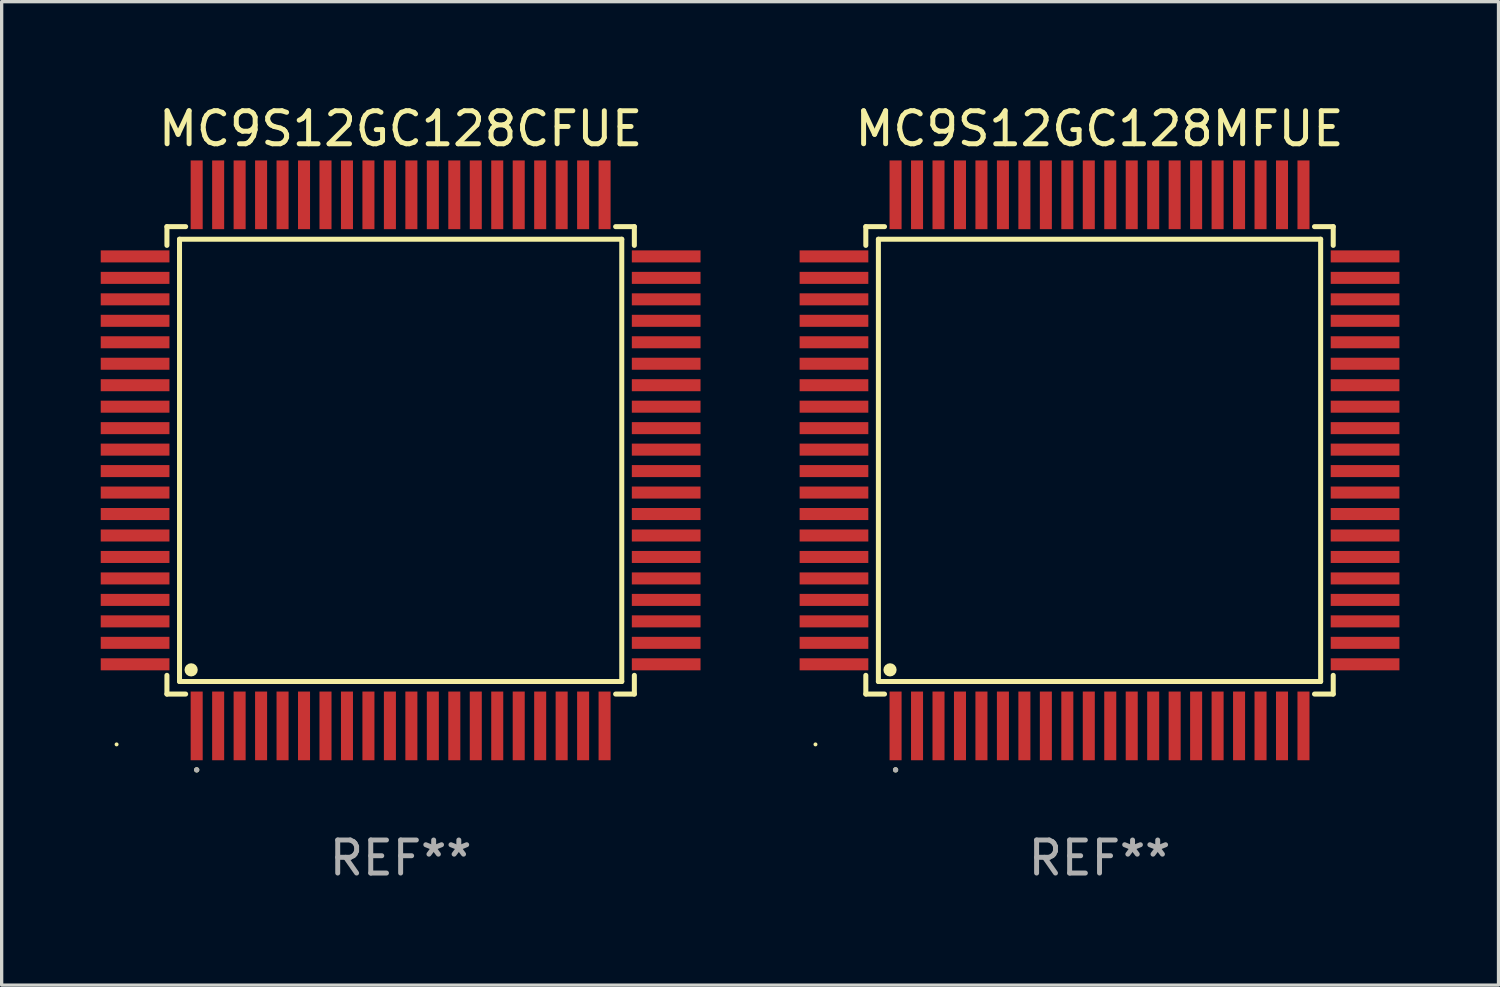
<source format=kicad_pcb>
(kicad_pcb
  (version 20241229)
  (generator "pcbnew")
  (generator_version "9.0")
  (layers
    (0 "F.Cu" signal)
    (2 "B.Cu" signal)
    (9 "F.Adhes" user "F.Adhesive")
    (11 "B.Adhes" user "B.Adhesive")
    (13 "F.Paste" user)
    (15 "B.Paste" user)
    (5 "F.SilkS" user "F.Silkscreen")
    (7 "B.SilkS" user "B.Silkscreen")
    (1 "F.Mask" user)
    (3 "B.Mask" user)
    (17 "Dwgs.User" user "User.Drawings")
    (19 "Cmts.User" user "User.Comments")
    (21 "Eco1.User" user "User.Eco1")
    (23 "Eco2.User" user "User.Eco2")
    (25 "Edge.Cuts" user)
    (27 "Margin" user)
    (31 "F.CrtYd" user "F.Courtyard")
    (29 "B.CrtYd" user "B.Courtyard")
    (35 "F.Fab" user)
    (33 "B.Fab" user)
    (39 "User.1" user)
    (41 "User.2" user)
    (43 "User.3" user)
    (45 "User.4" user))
  (footprint "MC9S12GC128MFUE"
    (layer "F.Cu")
    (at 30.24 10.888)
    (property "Reference" "MC9S12GC128MFUE" (at 0 -10.04 0) (layer "F.SilkS") (effects (font (size 1 1) (thickness 0.15))))
    (attr through_hole)
    (fp_line (start -7.076 -7.076) (end -7.076 -6.509) (stroke (width 0.152) (type solid)) (layer "F.SilkS"))
    (fp_line (start -7.076 7.076) (end -7.076 6.509) (stroke (width 0.152) (type solid)) (layer "F.SilkS"))
    (fp_line (start -6.695 -6.695) (end 6.695 -6.695) (stroke (width 0.152) (type solid)) (layer "F.SilkS"))
    (fp_line (start -6.695 6.695) (end -6.695 -6.695) (stroke (width 0.152) (type solid)) (layer "F.SilkS"))
    (fp_line (start -6.509 -7.076) (end -7.076 -7.076) (stroke (width 0.152) (type solid)) (layer "F.SilkS"))
    (fp_line (start -6.509 7.076) (end -7.076 7.076) (stroke (width 0.152) (type solid)) (layer "F.SilkS"))
    (fp_line (start 6.509 -7.076) (end 7.076 -7.076) (stroke (width 0.152) (type solid)) (layer "F.SilkS"))
    (fp_line (start 6.509 7.076) (end 7.076 7.076) (stroke (width 0.152) (type solid)) (layer "F.SilkS"))
    (fp_line (start 6.695 -6.695) (end 6.695 6.695) (stroke (width 0.152) (type solid)) (layer "F.SilkS"))
    (fp_line (start 6.695 6.695) (end -6.695 6.695) (stroke (width 0.152) (type solid)) (layer "F.SilkS"))
    (fp_line (start 7.076 -7.076) (end 7.076 -6.509) (stroke (width 0.152) (type solid)) (layer "F.SilkS"))
    (fp_line (start 7.076 7.076) (end 7.076 6.509) (stroke (width 0.152) (type solid)) (layer "F.SilkS"))
    (fp_circle (center -8.6 8.6) (end -8.57 8.6) (stroke (width 0.06) (type solid)) (fill no) (layer "F.SilkS"))
    (fp_circle (center -6.343 6.343) (end -6.243 6.343) (stroke (width 0.2) (type solid)) (fill no) (layer "F.SilkS"))
    (fp_circle (center -6.175 9.371) (end -6.135 9.371) (stroke (width 0.08) (type solid)) (fill no) (layer "F.SilkS"))
    (fp_circle (center -6.175 9.371) (end -6.135 9.371) (stroke (width 0.08) (type solid)) (fill no) (layer "F.Fab"))
    (fp_text user "REF**" (at 0 12.04 0) (layer "F.Fab") (effects (font (size 1 1) (thickness 0.15))))
    (pad "1" smd rect (at -6.175 8.04) (size 0.364 2.08) (layers "F.Cu" "F.Mask" "F.Paste"))
    (pad "2" smd rect (at -5.525 8.04) (size 0.364 2.08) (layers "F.Cu" "F.Mask" "F.Paste"))
    (pad "3" smd rect (at -4.875 8.04) (size 0.364 2.08) (layers "F.Cu" "F.Mask" "F.Paste"))
    (pad "4" smd rect (at -4.225 8.04) (size 0.364 2.08) (layers "F.Cu" "F.Mask" "F.Paste"))
    (pad "5" smd rect (at -3.575 8.04) (size 0.364 2.08) (layers "F.Cu" "F.Mask" "F.Paste"))
    (pad "6" smd rect (at -2.925 8.04) (size 0.364 2.08) (layers "F.Cu" "F.Mask" "F.Paste"))
    (pad "7" smd rect (at -2.275 8.04) (size 0.364 2.08) (layers "F.Cu" "F.Mask" "F.Paste"))
    (pad "8" smd rect (at -1.625 8.04) (size 0.364 2.08) (layers "F.Cu" "F.Mask" "F.Paste"))
    (pad "9" smd rect (at -0.975 8.04) (size 0.364 2.08) (layers "F.Cu" "F.Mask" "F.Paste"))
    (pad "10" smd rect (at -0.325 8.04) (size 0.364 2.08) (layers "F.Cu" "F.Mask" "F.Paste"))
    (pad "11" smd rect (at 0.325 8.04) (size 0.364 2.08) (layers "F.Cu" "F.Mask" "F.Paste"))
    (pad "12" smd rect (at 0.975 8.04) (size 0.364 2.08) (layers "F.Cu" "F.Mask" "F.Paste"))
    (pad "13" smd rect (at 1.625 8.04) (size 0.364 2.08) (layers "F.Cu" "F.Mask" "F.Paste"))
    (pad "14" smd rect (at 2.275 8.04) (size 0.364 2.08) (layers "F.Cu" "F.Mask" "F.Paste"))
    (pad "15" smd rect (at 2.925 8.04) (size 0.364 2.08) (layers "F.Cu" "F.Mask" "F.Paste"))
    (pad "16" smd rect (at 3.575 8.04) (size 0.364 2.08) (layers "F.Cu" "F.Mask" "F.Paste"))
    (pad "17" smd rect (at 4.225 8.04) (size 0.364 2.08) (layers "F.Cu" "F.Mask" "F.Paste"))
    (pad "18" smd rect (at 4.875 8.04) (size 0.364 2.08) (layers "F.Cu" "F.Mask" "F.Paste"))
    (pad "19" smd rect (at 5.525 8.04) (size 0.364 2.08) (layers "F.Cu" "F.Mask" "F.Paste"))
    (pad "20" smd rect (at 6.175 8.04) (size 0.364 2.08) (layers "F.Cu" "F.Mask" "F.Paste"))
    (pad "21" smd rect (at 8.04 6.175) (size 2.08 0.364) (layers "F.Cu" "F.Mask" "F.Paste"))
    (pad "22" smd rect (at 8.04 5.525) (size 2.08 0.364) (layers "F.Cu" "F.Mask" "F.Paste"))
    (pad "23" smd rect (at 8.04 4.875) (size 2.08 0.364) (layers "F.Cu" "F.Mask" "F.Paste"))
    (pad "24" smd rect (at 8.04 4.225) (size 2.08 0.364) (layers "F.Cu" "F.Mask" "F.Paste"))
    (pad "25" smd rect (at 8.04 3.575) (size 2.08 0.364) (layers "F.Cu" "F.Mask" "F.Paste"))
    (pad "26" smd rect (at 8.04 2.925) (size 2.08 0.364) (layers "F.Cu" "F.Mask" "F.Paste"))
    (pad "27" smd rect (at 8.04 2.275) (size 2.08 0.364) (layers "F.Cu" "F.Mask" "F.Paste"))
    (pad "28" smd rect (at 8.04 1.625) (size 2.08 0.364) (layers "F.Cu" "F.Mask" "F.Paste"))
    (pad "29" smd rect (at 8.04 0.975) (size 2.08 0.364) (layers "F.Cu" "F.Mask" "F.Paste"))
    (pad "30" smd rect (at 8.04 0.325) (size 2.08 0.364) (layers "F.Cu" "F.Mask" "F.Paste"))
    (pad "31" smd rect (at 8.04 -0.325) (size 2.08 0.364) (layers "F.Cu" "F.Mask" "F.Paste"))
    (pad "32" smd rect (at 8.04 -0.975) (size 2.08 0.364) (layers "F.Cu" "F.Mask" "F.Paste"))
    (pad "33" smd rect (at 8.04 -1.625) (size 2.08 0.364) (layers "F.Cu" "F.Mask" "F.Paste"))
    (pad "34" smd rect (at 8.04 -2.275) (size 2.08 0.364) (layers "F.Cu" "F.Mask" "F.Paste"))
    (pad "35" smd rect (at 8.04 -2.925) (size 2.08 0.364) (layers "F.Cu" "F.Mask" "F.Paste"))
    (pad "36" smd rect (at 8.04 -3.575) (size 2.08 0.364) (layers "F.Cu" "F.Mask" "F.Paste"))
    (pad "37" smd rect (at 8.04 -4.225) (size 2.08 0.364) (layers "F.Cu" "F.Mask" "F.Paste"))
    (pad "38" smd rect (at 8.04 -4.875) (size 2.08 0.364) (layers "F.Cu" "F.Mask" "F.Paste"))
    (pad "39" smd rect (at 8.04 -5.525) (size 2.08 0.364) (layers "F.Cu" "F.Mask" "F.Paste"))
    (pad "40" smd rect (at 8.04 -6.175) (size 2.08 0.364) (layers "F.Cu" "F.Mask" "F.Paste"))
    (pad "41" smd rect (at 6.175 -8.04) (size 0.364 2.08) (layers "F.Cu" "F.Mask" "F.Paste"))
    (pad "42" smd rect (at 5.525 -8.04) (size 0.364 2.08) (layers "F.Cu" "F.Mask" "F.Paste"))
    (pad "43" smd rect (at 4.875 -8.04) (size 0.364 2.08) (layers "F.Cu" "F.Mask" "F.Paste"))
    (pad "44" smd rect (at 4.225 -8.04) (size 0.364 2.08) (layers "F.Cu" "F.Mask" "F.Paste"))
    (pad "45" smd rect (at 3.575 -8.04) (size 0.364 2.08) (layers "F.Cu" "F.Mask" "F.Paste"))
    (pad "46" smd rect (at 2.925 -8.04) (size 0.364 2.08) (layers "F.Cu" "F.Mask" "F.Paste"))
    (pad "47" smd rect (at 2.275 -8.04) (size 0.364 2.08) (layers "F.Cu" "F.Mask" "F.Paste"))
    (pad "48" smd rect (at 1.625 -8.04) (size 0.364 2.08) (layers "F.Cu" "F.Mask" "F.Paste"))
    (pad "49" smd rect (at 0.975 -8.04) (size 0.364 2.08) (layers "F.Cu" "F.Mask" "F.Paste"))
    (pad "50" smd rect (at 0.325 -8.04) (size 0.364 2.08) (layers "F.Cu" "F.Mask" "F.Paste"))
    (pad "51" smd rect (at -0.325 -8.04) (size 0.364 2.08) (layers "F.Cu" "F.Mask" "F.Paste"))
    (pad "52" smd rect (at -0.975 -8.04) (size 0.364 2.08) (layers "F.Cu" "F.Mask" "F.Paste"))
    (pad "53" smd rect (at -1.625 -8.04) (size 0.364 2.08) (layers "F.Cu" "F.Mask" "F.Paste"))
    (pad "54" smd rect (at -2.275 -8.04) (size 0.364 2.08) (layers "F.Cu" "F.Mask" "F.Paste"))
    (pad "55" smd rect (at -2.925 -8.04) (size 0.364 2.08) (layers "F.Cu" "F.Mask" "F.Paste"))
    (pad "56" smd rect (at -3.575 -8.04) (size 0.364 2.08) (layers "F.Cu" "F.Mask" "F.Paste"))
    (pad "57" smd rect (at -4.225 -8.04) (size 0.364 2.08) (layers "F.Cu" "F.Mask" "F.Paste"))
    (pad "58" smd rect (at -4.875 -8.04) (size 0.364 2.08) (layers "F.Cu" "F.Mask" "F.Paste"))
    (pad "59" smd rect (at -5.525 -8.04) (size 0.364 2.08) (layers "F.Cu" "F.Mask" "F.Paste"))
    (pad "60" smd rect (at -6.175 -8.04) (size 0.364 2.08) (layers "F.Cu" "F.Mask" "F.Paste"))
    (pad "61" smd rect (at -8.04 -6.175) (size 2.08 0.364) (layers "F.Cu" "F.Mask" "F.Paste"))
    (pad "62" smd rect (at -8.04 -5.525) (size 2.08 0.364) (layers "F.Cu" "F.Mask" "F.Paste"))
    (pad "63" smd rect (at -8.04 -4.875) (size 2.08 0.364) (layers "F.Cu" "F.Mask" "F.Paste"))
    (pad "64" smd rect (at -8.04 -4.225) (size 2.08 0.364) (layers "F.Cu" "F.Mask" "F.Paste"))
    (pad "65" smd rect (at -8.04 -3.575) (size 2.08 0.364) (layers "F.Cu" "F.Mask" "F.Paste"))
    (pad "66" smd rect (at -8.04 -2.925) (size 2.08 0.364) (layers "F.Cu" "F.Mask" "F.Paste"))
    (pad "67" smd rect (at -8.04 -2.275) (size 2.08 0.364) (layers "F.Cu" "F.Mask" "F.Paste"))
    (pad "68" smd rect (at -8.04 -1.625) (size 2.08 0.364) (layers "F.Cu" "F.Mask" "F.Paste"))
    (pad "69" smd rect (at -8.04 -0.975) (size 2.08 0.364) (layers "F.Cu" "F.Mask" "F.Paste"))
    (pad "70" smd rect (at -8.04 -0.325) (size 2.08 0.364) (layers "F.Cu" "F.Mask" "F.Paste"))
    (pad "71" smd rect (at -8.04 0.325) (size 2.08 0.364) (layers "F.Cu" "F.Mask" "F.Paste"))
    (pad "72" smd rect (at -8.04 0.975) (size 2.08 0.364) (layers "F.Cu" "F.Mask" "F.Paste"))
    (pad "73" smd rect (at -8.04 1.625) (size 2.08 0.364) (layers "F.Cu" "F.Mask" "F.Paste"))
    (pad "74" smd rect (at -8.04 2.275) (size 2.08 0.364) (layers "F.Cu" "F.Mask" "F.Paste"))
    (pad "75" smd rect (at -8.04 2.925) (size 2.08 0.364) (layers "F.Cu" "F.Mask" "F.Paste"))
    (pad "76" smd rect (at -8.04 3.575) (size 2.08 0.364) (layers "F.Cu" "F.Mask" "F.Paste"))
    (pad "77" smd rect (at -8.04 4.225) (size 2.08 0.364) (layers "F.Cu" "F.Mask" "F.Paste"))
    (pad "78" smd rect (at -8.04 4.875) (size 2.08 0.364) (layers "F.Cu" "F.Mask" "F.Paste"))
    (pad "79" smd rect (at -8.04 5.525) (size 2.08 0.364) (layers "F.Cu" "F.Mask" "F.Paste"))
    (pad "80" smd rect (at -8.04 6.175) (size 2.08 0.364) (layers "F.Cu" "F.Mask" "F.Paste")))
  (footprint "MC9S12GC128CFUE"
    (layer "F.Cu")
    (at 9.08 10.888)
    (property "Reference" "MC9S12GC128CFUE" (at 0 -10.04 0) (layer "F.SilkS") (effects (font (size 1 1) (thickness 0.15))))
    (attr through_hole)
    (fp_line (start -7.076 -7.076) (end -7.076 -6.509) (stroke (width 0.152) (type solid)) (layer "F.SilkS"))
    (fp_line (start -7.076 7.076) (end -7.076 6.509) (stroke (width 0.152) (type solid)) (layer "F.SilkS"))
    (fp_line (start -6.695 -6.695) (end 6.695 -6.695) (stroke (width 0.152) (type solid)) (layer "F.SilkS"))
    (fp_line (start -6.695 6.695) (end -6.695 -6.695) (stroke (width 0.152) (type solid)) (layer "F.SilkS"))
    (fp_line (start -6.509 -7.076) (end -7.076 -7.076) (stroke (width 0.152) (type solid)) (layer "F.SilkS"))
    (fp_line (start -6.509 7.076) (end -7.076 7.076) (stroke (width 0.152) (type solid)) (layer "F.SilkS"))
    (fp_line (start 6.509 -7.076) (end 7.076 -7.076) (stroke (width 0.152) (type solid)) (layer "F.SilkS"))
    (fp_line (start 6.509 7.076) (end 7.076 7.076) (stroke (width 0.152) (type solid)) (layer "F.SilkS"))
    (fp_line (start 6.695 -6.695) (end 6.695 6.695) (stroke (width 0.152) (type solid)) (layer "F.SilkS"))
    (fp_line (start 6.695 6.695) (end -6.695 6.695) (stroke (width 0.152) (type solid)) (layer "F.SilkS"))
    (fp_line (start 7.076 -7.076) (end 7.076 -6.509) (stroke (width 0.152) (type solid)) (layer "F.SilkS"))
    (fp_line (start 7.076 7.076) (end 7.076 6.509) (stroke (width 0.152) (type solid)) (layer "F.SilkS"))
    (fp_circle (center -8.6 8.6) (end -8.57 8.6) (stroke (width 0.06) (type solid)) (fill no) (layer "F.SilkS"))
    (fp_circle (center -6.343 6.343) (end -6.243 6.343) (stroke (width 0.2) (type solid)) (fill no) (layer "F.SilkS"))
    (fp_circle (center -6.175 9.371) (end -6.135 9.371) (stroke (width 0.08) (type solid)) (fill no) (layer "F.SilkS"))
    (fp_circle (center -6.175 9.371) (end -6.135 9.371) (stroke (width 0.08) (type solid)) (fill no) (layer "F.Fab"))
    (fp_text user "REF**" (at 0 12.04 0) (layer "F.Fab") (effects (font (size 1 1) (thickness 0.15))))
    (pad "1" smd rect (at -6.175 8.04) (size 0.364 2.08) (layers "F.Cu" "F.Mask" "F.Paste"))
    (pad "2" smd rect (at -5.525 8.04) (size 0.364 2.08) (layers "F.Cu" "F.Mask" "F.Paste"))
    (pad "3" smd rect (at -4.875 8.04) (size 0.364 2.08) (layers "F.Cu" "F.Mask" "F.Paste"))
    (pad "4" smd rect (at -4.225 8.04) (size 0.364 2.08) (layers "F.Cu" "F.Mask" "F.Paste"))
    (pad "5" smd rect (at -3.575 8.04) (size 0.364 2.08) (layers "F.Cu" "F.Mask" "F.Paste"))
    (pad "6" smd rect (at -2.925 8.04) (size 0.364 2.08) (layers "F.Cu" "F.Mask" "F.Paste"))
    (pad "7" smd rect (at -2.275 8.04) (size 0.364 2.08) (layers "F.Cu" "F.Mask" "F.Paste"))
    (pad "8" smd rect (at -1.625 8.04) (size 0.364 2.08) (layers "F.Cu" "F.Mask" "F.Paste"))
    (pad "9" smd rect (at -0.975 8.04) (size 0.364 2.08) (layers "F.Cu" "F.Mask" "F.Paste"))
    (pad "10" smd rect (at -0.325 8.04) (size 0.364 2.08) (layers "F.Cu" "F.Mask" "F.Paste"))
    (pad "11" smd rect (at 0.325 8.04) (size 0.364 2.08) (layers "F.Cu" "F.Mask" "F.Paste"))
    (pad "12" smd rect (at 0.975 8.04) (size 0.364 2.08) (layers "F.Cu" "F.Mask" "F.Paste"))
    (pad "13" smd rect (at 1.625 8.04) (size 0.364 2.08) (layers "F.Cu" "F.Mask" "F.Paste"))
    (pad "14" smd rect (at 2.275 8.04) (size 0.364 2.08) (layers "F.Cu" "F.Mask" "F.Paste"))
    (pad "15" smd rect (at 2.925 8.04) (size 0.364 2.08) (layers "F.Cu" "F.Mask" "F.Paste"))
    (pad "16" smd rect (at 3.575 8.04) (size 0.364 2.08) (layers "F.Cu" "F.Mask" "F.Paste"))
    (pad "17" smd rect (at 4.225 8.04) (size 0.364 2.08) (layers "F.Cu" "F.Mask" "F.Paste"))
    (pad "18" smd rect (at 4.875 8.04) (size 0.364 2.08) (layers "F.Cu" "F.Mask" "F.Paste"))
    (pad "19" smd rect (at 5.525 8.04) (size 0.364 2.08) (layers "F.Cu" "F.Mask" "F.Paste"))
    (pad "20" smd rect (at 6.175 8.04) (size 0.364 2.08) (layers "F.Cu" "F.Mask" "F.Paste"))
    (pad "21" smd rect (at 8.04 6.175) (size 2.08 0.364) (layers "F.Cu" "F.Mask" "F.Paste"))
    (pad "22" smd rect (at 8.04 5.525) (size 2.08 0.364) (layers "F.Cu" "F.Mask" "F.Paste"))
    (pad "23" smd rect (at 8.04 4.875) (size 2.08 0.364) (layers "F.Cu" "F.Mask" "F.Paste"))
    (pad "24" smd rect (at 8.04 4.225) (size 2.08 0.364) (layers "F.Cu" "F.Mask" "F.Paste"))
    (pad "25" smd rect (at 8.04 3.575) (size 2.08 0.364) (layers "F.Cu" "F.Mask" "F.Paste"))
    (pad "26" smd rect (at 8.04 2.925) (size 2.08 0.364) (layers "F.Cu" "F.Mask" "F.Paste"))
    (pad "27" smd rect (at 8.04 2.275) (size 2.08 0.364) (layers "F.Cu" "F.Mask" "F.Paste"))
    (pad "28" smd rect (at 8.04 1.625) (size 2.08 0.364) (layers "F.Cu" "F.Mask" "F.Paste"))
    (pad "29" smd rect (at 8.04 0.975) (size 2.08 0.364) (layers "F.Cu" "F.Mask" "F.Paste"))
    (pad "30" smd rect (at 8.04 0.325) (size 2.08 0.364) (layers "F.Cu" "F.Mask" "F.Paste"))
    (pad "31" smd rect (at 8.04 -0.325) (size 2.08 0.364) (layers "F.Cu" "F.Mask" "F.Paste"))
    (pad "32" smd rect (at 8.04 -0.975) (size 2.08 0.364) (layers "F.Cu" "F.Mask" "F.Paste"))
    (pad "33" smd rect (at 8.04 -1.625) (size 2.08 0.364) (layers "F.Cu" "F.Mask" "F.Paste"))
    (pad "34" smd rect (at 8.04 -2.275) (size 2.08 0.364) (layers "F.Cu" "F.Mask" "F.Paste"))
    (pad "35" smd rect (at 8.04 -2.925) (size 2.08 0.364) (layers "F.Cu" "F.Mask" "F.Paste"))
    (pad "36" smd rect (at 8.04 -3.575) (size 2.08 0.364) (layers "F.Cu" "F.Mask" "F.Paste"))
    (pad "37" smd rect (at 8.04 -4.225) (size 2.08 0.364) (layers "F.Cu" "F.Mask" "F.Paste"))
    (pad "38" smd rect (at 8.04 -4.875) (size 2.08 0.364) (layers "F.Cu" "F.Mask" "F.Paste"))
    (pad "39" smd rect (at 8.04 -5.525) (size 2.08 0.364) (layers "F.Cu" "F.Mask" "F.Paste"))
    (pad "40" smd rect (at 8.04 -6.175) (size 2.08 0.364) (layers "F.Cu" "F.Mask" "F.Paste"))
    (pad "41" smd rect (at 6.175 -8.04) (size 0.364 2.08) (layers "F.Cu" "F.Mask" "F.Paste"))
    (pad "42" smd rect (at 5.525 -8.04) (size 0.364 2.08) (layers "F.Cu" "F.Mask" "F.Paste"))
    (pad "43" smd rect (at 4.875 -8.04) (size 0.364 2.08) (layers "F.Cu" "F.Mask" "F.Paste"))
    (pad "44" smd rect (at 4.225 -8.04) (size 0.364 2.08) (layers "F.Cu" "F.Mask" "F.Paste"))
    (pad "45" smd rect (at 3.575 -8.04) (size 0.364 2.08) (layers "F.Cu" "F.Mask" "F.Paste"))
    (pad "46" smd rect (at 2.925 -8.04) (size 0.364 2.08) (layers "F.Cu" "F.Mask" "F.Paste"))
    (pad "47" smd rect (at 2.275 -8.04) (size 0.364 2.08) (layers "F.Cu" "F.Mask" "F.Paste"))
    (pad "48" smd rect (at 1.625 -8.04) (size 0.364 2.08) (layers "F.Cu" "F.Mask" "F.Paste"))
    (pad "49" smd rect (at 0.975 -8.04) (size 0.364 2.08) (layers "F.Cu" "F.Mask" "F.Paste"))
    (pad "50" smd rect (at 0.325 -8.04) (size 0.364 2.08) (layers "F.Cu" "F.Mask" "F.Paste"))
    (pad "51" smd rect (at -0.325 -8.04) (size 0.364 2.08) (layers "F.Cu" "F.Mask" "F.Paste"))
    (pad "52" smd rect (at -0.975 -8.04) (size 0.364 2.08) (layers "F.Cu" "F.Mask" "F.Paste"))
    (pad "53" smd rect (at -1.625 -8.04) (size 0.364 2.08) (layers "F.Cu" "F.Mask" "F.Paste"))
    (pad "54" smd rect (at -2.275 -8.04) (size 0.364 2.08) (layers "F.Cu" "F.Mask" "F.Paste"))
    (pad "55" smd rect (at -2.925 -8.04) (size 0.364 2.08) (layers "F.Cu" "F.Mask" "F.Paste"))
    (pad "56" smd rect (at -3.575 -8.04) (size 0.364 2.08) (layers "F.Cu" "F.Mask" "F.Paste"))
    (pad "57" smd rect (at -4.225 -8.04) (size 0.364 2.08) (layers "F.Cu" "F.Mask" "F.Paste"))
    (pad "58" smd rect (at -4.875 -8.04) (size 0.364 2.08) (layers "F.Cu" "F.Mask" "F.Paste"))
    (pad "59" smd rect (at -5.525 -8.04) (size 0.364 2.08) (layers "F.Cu" "F.Mask" "F.Paste"))
    (pad "60" smd rect (at -6.175 -8.04) (size 0.364 2.08) (layers "F.Cu" "F.Mask" "F.Paste"))
    (pad "61" smd rect (at -8.04 -6.175) (size 2.08 0.364) (layers "F.Cu" "F.Mask" "F.Paste"))
    (pad "62" smd rect (at -8.04 -5.525) (size 2.08 0.364) (layers "F.Cu" "F.Mask" "F.Paste"))
    (pad "63" smd rect (at -8.04 -4.875) (size 2.08 0.364) (layers "F.Cu" "F.Mask" "F.Paste"))
    (pad "64" smd rect (at -8.04 -4.225) (size 2.08 0.364) (layers "F.Cu" "F.Mask" "F.Paste"))
    (pad "65" smd rect (at -8.04 -3.575) (size 2.08 0.364) (layers "F.Cu" "F.Mask" "F.Paste"))
    (pad "66" smd rect (at -8.04 -2.925) (size 2.08 0.364) (layers "F.Cu" "F.Mask" "F.Paste"))
    (pad "67" smd rect (at -8.04 -2.275) (size 2.08 0.364) (layers "F.Cu" "F.Mask" "F.Paste"))
    (pad "68" smd rect (at -8.04 -1.625) (size 2.08 0.364) (layers "F.Cu" "F.Mask" "F.Paste"))
    (pad "69" smd rect (at -8.04 -0.975) (size 2.08 0.364) (layers "F.Cu" "F.Mask" "F.Paste"))
    (pad "70" smd rect (at -8.04 -0.325) (size 2.08 0.364) (layers "F.Cu" "F.Mask" "F.Paste"))
    (pad "71" smd rect (at -8.04 0.325) (size 2.08 0.364) (layers "F.Cu" "F.Mask" "F.Paste"))
    (pad "72" smd rect (at -8.04 0.975) (size 2.08 0.364) (layers "F.Cu" "F.Mask" "F.Paste"))
    (pad "73" smd rect (at -8.04 1.625) (size 2.08 0.364) (layers "F.Cu" "F.Mask" "F.Paste"))
    (pad "74" smd rect (at -8.04 2.275) (size 2.08 0.364) (layers "F.Cu" "F.Mask" "F.Paste"))
    (pad "75" smd rect (at -8.04 2.925) (size 2.08 0.364) (layers "F.Cu" "F.Mask" "F.Paste"))
    (pad "76" smd rect (at -8.04 3.575) (size 2.08 0.364) (layers "F.Cu" "F.Mask" "F.Paste"))
    (pad "77" smd rect (at -8.04 4.225) (size 2.08 0.364) (layers "F.Cu" "F.Mask" "F.Paste"))
    (pad "78" smd rect (at -8.04 4.875) (size 2.08 0.364) (layers "F.Cu" "F.Mask" "F.Paste"))
    (pad "79" smd rect (at -8.04 5.525) (size 2.08 0.364) (layers "F.Cu" "F.Mask" "F.Paste"))
    (pad "80" smd rect (at -8.04 6.175) (size 2.08 0.364) (layers "F.Cu" "F.Mask" "F.Paste")))
  (gr_rect
    (start -3 -3)
    (end 42.32 26.776)
    (stroke (width 0.1) (type default))
    (fill no)
    (layer "Edge.Cuts")))
</source>
